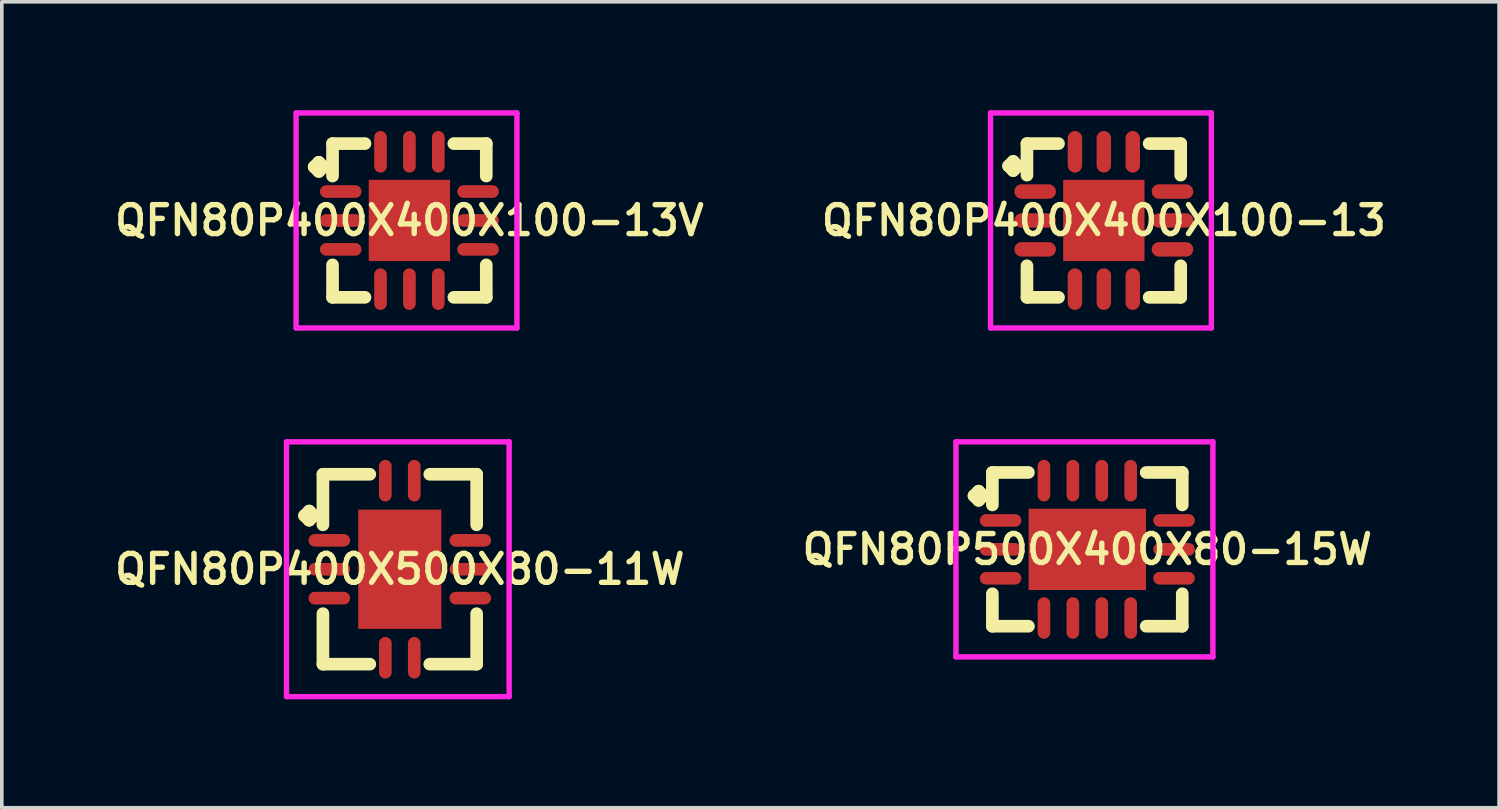
<source format=kicad_pcb>
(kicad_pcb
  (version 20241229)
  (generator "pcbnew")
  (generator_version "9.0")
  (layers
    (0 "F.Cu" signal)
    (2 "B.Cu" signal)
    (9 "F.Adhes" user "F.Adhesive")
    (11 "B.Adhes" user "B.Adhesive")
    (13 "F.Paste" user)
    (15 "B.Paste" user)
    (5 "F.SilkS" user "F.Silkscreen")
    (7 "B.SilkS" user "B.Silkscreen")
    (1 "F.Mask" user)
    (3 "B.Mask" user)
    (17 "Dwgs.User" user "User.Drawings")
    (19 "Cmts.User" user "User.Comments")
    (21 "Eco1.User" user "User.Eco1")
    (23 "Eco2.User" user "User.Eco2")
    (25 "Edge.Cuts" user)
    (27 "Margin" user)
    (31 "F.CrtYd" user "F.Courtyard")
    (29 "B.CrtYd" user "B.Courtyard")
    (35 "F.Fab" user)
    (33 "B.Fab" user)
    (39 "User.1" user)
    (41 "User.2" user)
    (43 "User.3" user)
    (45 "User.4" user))
  (footprint "QFN80P400X500X80-11W"
    (layer "F.Cu")
    (at 8.012 12.7)
    (property "Reference" "QFN80P400X500X80-11W" (at 0 0 0) (layer "F.SilkS") (effects (font (size 0.8 0.8) (thickness 0.15))))
    (attr through_hole)
    (fp_line (start -2.635 -1.483) (end -2.508 -1.61) (stroke (width 0.35) (type solid)) (layer "F.SilkS"))
    (fp_line (start -2.508 -1.61) (end -2.381 -1.483) (stroke (width 0.35) (type solid)) (layer "F.SilkS"))
    (fp_line (start -2.508 -1.356) (end -2.635 -1.483) (stroke (width 0.35) (type solid)) (layer "F.SilkS"))
    (fp_line (start -2.381 -1.483) (end -2.508 -1.356) (stroke (width 0.35) (type solid)) (layer "F.SilkS"))
    (fp_line (start -2.127 -2.627) (end -0.829 -2.627) (stroke (width 0.35) (type solid)) (layer "F.SilkS"))
    (fp_line (start -2.127 -1.229) (end -2.127 -2.627) (stroke (width 0.35) (type solid)) (layer "F.SilkS"))
    (fp_line (start -2.127 1.229) (end -2.127 2.627) (stroke (width 0.35) (type solid)) (layer "F.SilkS"))
    (fp_line (start -2.127 2.627) (end -0.829 2.627) (stroke (width 0.35) (type solid)) (layer "F.SilkS"))
    (fp_line (start 0.829 -2.627) (end 2.127 -2.627) (stroke (width 0.35) (type solid)) (layer "F.SilkS"))
    (fp_line (start 0.829 2.627) (end 2.127 2.627) (stroke (width 0.35) (type solid)) (layer "F.SilkS"))
    (fp_line (start 2.127 -2.627) (end 2.127 -1.229) (stroke (width 0.35) (type solid)) (layer "F.SilkS"))
    (fp_line (start 2.127 2.627) (end 2.127 1.229) (stroke (width 0.35) (type solid)) (layer "F.SilkS"))
    (fp_line (start -3.135 -3.525) (end 3.025 -3.525) (stroke (width 0.15) (type solid)) (layer "F.CrtYd"))
    (fp_line (start -3.135 3.525) (end -3.135 -3.525) (stroke (width 0.15) (type solid)) (layer "F.CrtYd"))
    (fp_line (start 3.025 -3.525) (end 3.025 3.525) (stroke (width 0.15) (type solid)) (layer "F.CrtYd"))
    (fp_line (start 3.025 3.525) (end -3.135 3.525) (stroke (width 0.15) (type solid)) (layer "F.CrtYd"))
    (pad "1" smd oval (at -1.95 -0.8) (size 1.15 0.35) (layers "F.Cu" "F.Mask" "F.Paste"))
    (pad "2" smd oval (at -1.95 0) (size 1.15 0.35) (layers "F.Cu" "F.Mask" "F.Paste"))
    (pad "3" smd oval (at -1.95 0.8) (size 1.15 0.35) (layers "F.Cu" "F.Mask" "F.Paste"))
    (pad "4" smd oval (at -0.4 2.45) (size 0.35 1.15) (layers "F.Cu" "F.Mask" "F.Paste"))
    (pad "5" smd oval (at 0.4 2.45) (size 0.35 1.15) (layers "F.Cu" "F.Mask" "F.Paste"))
    (pad "6" smd oval (at 1.95 0.8) (size 1.15 0.35) (layers "F.Cu" "F.Mask" "F.Paste"))
    (pad "7" smd oval (at 1.95 0) (size 1.15 0.35) (layers "F.Cu" "F.Mask" "F.Paste"))
    (pad "8" smd oval (at 1.95 -0.8) (size 1.15 0.35) (layers "F.Cu" "F.Mask" "F.Paste"))
    (pad "9" smd oval (at 0.4 -2.45) (size 0.35 1.15) (layers "F.Cu" "F.Mask" "F.Paste"))
    (pad "10" smd oval (at -0.4 -2.45) (size 0.35 1.15) (layers "F.Cu" "F.Mask" "F.Paste"))
    (pad "11" smd rect (at 0 0) (size 2.3 3.3) (layers "F.Cu" "F.Mask" "F.Paste")))
  (footprint "QFN80P400X400X100-13V"
    (layer "F.Cu")
    (at 8.278 3.05)
    (property "Reference" "QFN80P400X400X100-13V" (at 0 0 0) (layer "F.SilkS") (effects (font (size 0.8 0.8) (thickness 0.15))))
    (attr smd)
    (fp_line (start -2.635 -1.483) (end -2.508 -1.61) (stroke (width 0.35) (type solid)) (layer "F.SilkS"))
    (fp_line (start -2.508 -1.61) (end -2.381 -1.483) (stroke (width 0.35) (type solid)) (layer "F.SilkS"))
    (fp_line (start -2.508 -1.356) (end -2.635 -1.483) (stroke (width 0.35) (type solid)) (layer "F.SilkS"))
    (fp_line (start -2.381 -1.483) (end -2.508 -1.356) (stroke (width 0.35) (type solid)) (layer "F.SilkS"))
    (fp_line (start -2.127 -2.127) (end -1.229 -2.127) (stroke (width 0.35) (type solid)) (layer "F.SilkS"))
    (fp_line (start -2.127 -1.229) (end -2.127 -2.127) (stroke (width 0.35) (type solid)) (layer "F.SilkS"))
    (fp_line (start -2.127 1.229) (end -2.127 2.127) (stroke (width 0.35) (type solid)) (layer "F.SilkS"))
    (fp_line (start -2.127 2.127) (end -1.229 2.127) (stroke (width 0.35) (type solid)) (layer "F.SilkS"))
    (fp_line (start 1.229 -2.127) (end 2.127 -2.127) (stroke (width 0.35) (type solid)) (layer "F.SilkS"))
    (fp_line (start 1.229 2.127) (end 2.127 2.127) (stroke (width 0.35) (type solid)) (layer "F.SilkS"))
    (fp_line (start 2.127 -2.127) (end 2.127 -1.229) (stroke (width 0.35) (type solid)) (layer "F.SilkS"))
    (fp_line (start 2.127 2.127) (end 2.127 1.229) (stroke (width 0.35) (type solid)) (layer "F.SilkS"))
    (fp_line (start -3.135 -2.975) (end 2.975 -2.975) (stroke (width 0.15) (type solid)) (layer "F.CrtYd"))
    (fp_line (start -3.135 2.975) (end -3.135 -2.975) (stroke (width 0.15) (type solid)) (layer "F.CrtYd"))
    (fp_line (start 2.975 -2.975) (end 2.975 2.975) (stroke (width 0.15) (type solid)) (layer "F.CrtYd"))
    (fp_line (start 2.975 2.975) (end -3.135 2.975) (stroke (width 0.15) (type solid)) (layer "F.CrtYd"))
    (pad "1" smd oval (at -1.9 -0.8) (size 1.15 0.35) (layers "F.Cu" "F.Mask" "F.Paste"))
    (pad "2" smd oval (at -1.9 0) (size 1.15 0.35) (layers "F.Cu" "F.Mask" "F.Paste"))
    (pad "3" smd oval (at -1.9 0.8) (size 1.15 0.35) (layers "F.Cu" "F.Mask" "F.Paste"))
    (pad "4" smd oval (at -0.8 1.9) (size 0.35 1.15) (layers "F.Cu" "F.Mask" "F.Paste"))
    (pad "5" smd oval (at 0 1.9) (size 0.35 1.15) (layers "F.Cu" "F.Mask" "F.Paste"))
    (pad "6" smd oval (at 0.8 1.9) (size 0.35 1.15) (layers "F.Cu" "F.Mask" "F.Paste"))
    (pad "7" smd oval (at 1.9 0.8) (size 1.15 0.35) (layers "F.Cu" "F.Mask" "F.Paste"))
    (pad "8" smd oval (at 1.9 0) (size 1.15 0.35) (layers "F.Cu" "F.Mask" "F.Paste"))
    (pad "9" smd oval (at 1.9 -0.8) (size 1.15 0.35) (layers "F.Cu" "F.Mask" "F.Paste"))
    (pad "10" smd oval (at 0.8 -1.9) (size 0.35 1.15) (layers "F.Cu" "F.Mask" "F.Paste"))
    (pad "11" smd oval (at 0 -1.9) (size 0.35 1.15) (layers "F.Cu" "F.Mask" "F.Paste"))
    (pad "12" smd oval (at -0.8 -1.9) (size 0.35 1.15) (layers "F.Cu" "F.Mask" "F.Paste"))
    (pad "13" smd rect (at 0 0) (size 2.25 2.25) (layers "F.Cu" "F.Mask" "F.Paste")))
  (footprint "QFN80P500X400X80-15W"
    (layer "F.Cu")
    (at 27.035 12.15)
    (property "Reference" "QFN80P500X400X80-15W" (at 0 0 0) (layer "F.SilkS") (effects (font (size 0.8 0.8) (thickness 0.15))))
    (attr smd)
    (fp_line (start -3.135 -1.483) (end -3.008 -1.61) (stroke (width 0.35) (type solid)) (layer "F.SilkS"))
    (fp_line (start -3.008 -1.61) (end -2.881 -1.483) (stroke (width 0.35) (type solid)) (layer "F.SilkS"))
    (fp_line (start -3.008 -1.356) (end -3.135 -1.483) (stroke (width 0.35) (type solid)) (layer "F.SilkS"))
    (fp_line (start -2.881 -1.483) (end -3.008 -1.356) (stroke (width 0.35) (type solid)) (layer "F.SilkS"))
    (fp_line (start -2.627 -2.127) (end -1.629 -2.127) (stroke (width 0.35) (type solid)) (layer "F.SilkS"))
    (fp_line (start -2.627 -1.229) (end -2.627 -2.127) (stroke (width 0.35) (type solid)) (layer "F.SilkS"))
    (fp_line (start -2.627 1.229) (end -2.627 2.127) (stroke (width 0.35) (type solid)) (layer "F.SilkS"))
    (fp_line (start -2.627 2.127) (end -1.629 2.127) (stroke (width 0.35) (type solid)) (layer "F.SilkS"))
    (fp_line (start 1.629 -2.127) (end 2.627 -2.127) (stroke (width 0.35) (type solid)) (layer "F.SilkS"))
    (fp_line (start 1.629 2.127) (end 2.627 2.127) (stroke (width 0.35) (type solid)) (layer "F.SilkS"))
    (fp_line (start 2.627 -2.127) (end 2.627 -1.229) (stroke (width 0.35) (type solid)) (layer "F.SilkS"))
    (fp_line (start 2.627 2.127) (end 2.627 1.229) (stroke (width 0.35) (type solid)) (layer "F.SilkS"))
    (fp_line (start -3.635 -2.975) (end 3.475 -2.975) (stroke (width 0.15) (type solid)) (layer "F.CrtYd"))
    (fp_line (start -3.635 2.975) (end -3.635 -2.975) (stroke (width 0.15) (type solid)) (layer "F.CrtYd"))
    (fp_line (start 3.475 -2.975) (end 3.475 2.975) (stroke (width 0.15) (type solid)) (layer "F.CrtYd"))
    (fp_line (start 3.475 2.975) (end -3.635 2.975) (stroke (width 0.15) (type solid)) (layer "F.CrtYd"))
    (pad "1" smd oval (at -2.4 -0.8) (size 1.15 0.35) (layers "F.Cu" "F.Mask" "F.Paste"))
    (pad "2" smd oval (at -2.4 0) (size 1.15 0.35) (layers "F.Cu" "F.Mask" "F.Paste"))
    (pad "3" smd oval (at -2.4 0.8) (size 1.15 0.35) (layers "F.Cu" "F.Mask" "F.Paste"))
    (pad "4" smd oval (at -1.2 1.9) (size 0.35 1.15) (layers "F.Cu" "F.Mask" "F.Paste"))
    (pad "5" smd oval (at -0.4 1.9) (size 0.35 1.15) (layers "F.Cu" "F.Mask" "F.Paste"))
    (pad "6" smd oval (at 0.4 1.9) (size 0.35 1.15) (layers "F.Cu" "F.Mask" "F.Paste"))
    (pad "7" smd oval (at 1.2 1.9) (size 0.35 1.15) (layers "F.Cu" "F.Mask" "F.Paste"))
    (pad "8" smd oval (at 2.4 0.8) (size 1.15 0.35) (layers "F.Cu" "F.Mask" "F.Paste"))
    (pad "9" smd oval (at 2.4 0) (size 1.15 0.35) (layers "F.Cu" "F.Mask" "F.Paste"))
    (pad "10" smd oval (at 2.4 -0.8) (size 1.15 0.35) (layers "F.Cu" "F.Mask" "F.Paste"))
    (pad "11" smd oval (at 1.2 -1.9) (size 0.35 1.15) (layers "F.Cu" "F.Mask" "F.Paste"))
    (pad "12" smd oval (at 0.4 -1.9) (size 0.35 1.15) (layers "F.Cu" "F.Mask" "F.Paste"))
    (pad "13" smd oval (at -0.4 -1.9) (size 0.35 1.15) (layers "F.Cu" "F.Mask" "F.Paste"))
    (pad "14" smd oval (at -1.2 -1.9) (size 0.35 1.15) (layers "F.Cu" "F.Mask" "F.Paste"))
    (pad "15" smd rect (at 0 0) (size 3.25 2.25) (layers "F.Cu" "F.Mask" "F.Paste")))
  (footprint "QFN80P400X400X100-13"
    (layer "F.Cu")
    (at 27.492 3.05)
    (property "Reference" "QFN80P400X400X100-13" (at 0 0 0) (layer "F.SilkS") (effects (font (size 0.8 0.8) (thickness 0.15))))
    (attr through_hole)
    (fp_line (start -2.635 -1.508) (end -2.508 -1.635) (stroke (width 0.35) (type solid)) (layer "F.SilkS"))
    (fp_line (start -2.508 -1.635) (end -2.381 -1.508) (stroke (width 0.35) (type solid)) (layer "F.SilkS"))
    (fp_line (start -2.508 -1.381) (end -2.635 -1.508) (stroke (width 0.35) (type solid)) (layer "F.SilkS"))
    (fp_line (start -2.381 -1.508) (end -2.508 -1.381) (stroke (width 0.35) (type solid)) (layer "F.SilkS"))
    (fp_line (start -2.127 -2.127) (end -1.254 -2.127) (stroke (width 0.35) (type solid)) (layer "F.SilkS"))
    (fp_line (start -2.127 -1.254) (end -2.127 -2.127) (stroke (width 0.35) (type solid)) (layer "F.SilkS"))
    (fp_line (start -2.127 1.254) (end -2.127 2.127) (stroke (width 0.35) (type solid)) (layer "F.SilkS"))
    (fp_line (start -2.127 2.127) (end -1.254 2.127) (stroke (width 0.35) (type solid)) (layer "F.SilkS"))
    (fp_line (start 1.254 -2.127) (end 2.127 -2.127) (stroke (width 0.35) (type solid)) (layer "F.SilkS"))
    (fp_line (start 1.254 2.127) (end 2.127 2.127) (stroke (width 0.35) (type solid)) (layer "F.SilkS"))
    (fp_line (start 2.127 -2.127) (end 2.127 -1.254) (stroke (width 0.35) (type solid)) (layer "F.SilkS"))
    (fp_line (start 2.127 2.127) (end 2.127 1.254) (stroke (width 0.35) (type solid)) (layer "F.SilkS"))
    (fp_line (start -3.135 -2.975) (end 2.975 -2.975) (stroke (width 0.15) (type solid)) (layer "F.CrtYd"))
    (fp_line (start -3.135 2.975) (end -3.135 -2.975) (stroke (width 0.15) (type solid)) (layer "F.CrtYd"))
    (fp_line (start 2.975 -2.975) (end 2.975 2.975) (stroke (width 0.15) (type solid)) (layer "F.CrtYd"))
    (fp_line (start 2.975 2.975) (end -3.135 2.975) (stroke (width 0.15) (type solid)) (layer "F.CrtYd"))
    (pad "1" smd oval (at -1.9 -0.8) (size 1.15 0.4) (layers "F.Cu" "F.Mask" "F.Paste"))
    (pad "2" smd oval (at -1.9 0) (size 1.15 0.4) (layers "F.Cu" "F.Mask" "F.Paste"))
    (pad "3" smd oval (at -1.9 0.8) (size 1.15 0.4) (layers "F.Cu" "F.Mask" "F.Paste"))
    (pad "4" smd oval (at -0.8 1.9) (size 0.4 1.15) (layers "F.Cu" "F.Mask" "F.Paste"))
    (pad "5" smd oval (at 0 1.9) (size 0.4 1.15) (layers "F.Cu" "F.Mask" "F.Paste"))
    (pad "6" smd oval (at 0.8 1.9) (size 0.4 1.15) (layers "F.Cu" "F.Mask" "F.Paste"))
    (pad "7" smd oval (at 1.9 0.8) (size 1.15 0.4) (layers "F.Cu" "F.Mask" "F.Paste"))
    (pad "8" smd oval (at 1.9 0) (size 1.15 0.4) (layers "F.Cu" "F.Mask" "F.Paste"))
    (pad "9" smd oval (at 1.9 -0.8) (size 1.15 0.4) (layers "F.Cu" "F.Mask" "F.Paste"))
    (pad "10" smd oval (at 0.8 -1.9) (size 0.4 1.15) (layers "F.Cu" "F.Mask" "F.Paste"))
    (pad "11" smd oval (at 0 -1.9) (size 0.4 1.15) (layers "F.Cu" "F.Mask" "F.Paste"))
    (pad "12" smd oval (at -0.8 -1.9) (size 0.4 1.15) (layers "F.Cu" "F.Mask" "F.Paste"))
    (pad "13" smd rect (at 0 0) (size 2.25 2.25) (layers "F.Cu" "F.Mask" "F.Paste")))
  (gr_rect
    (start -3 -3)
    (end 38.428 19.3)
    (stroke (width 0.1) (type default))
    (fill no)
    (layer "Edge.Cuts")))
</source>
